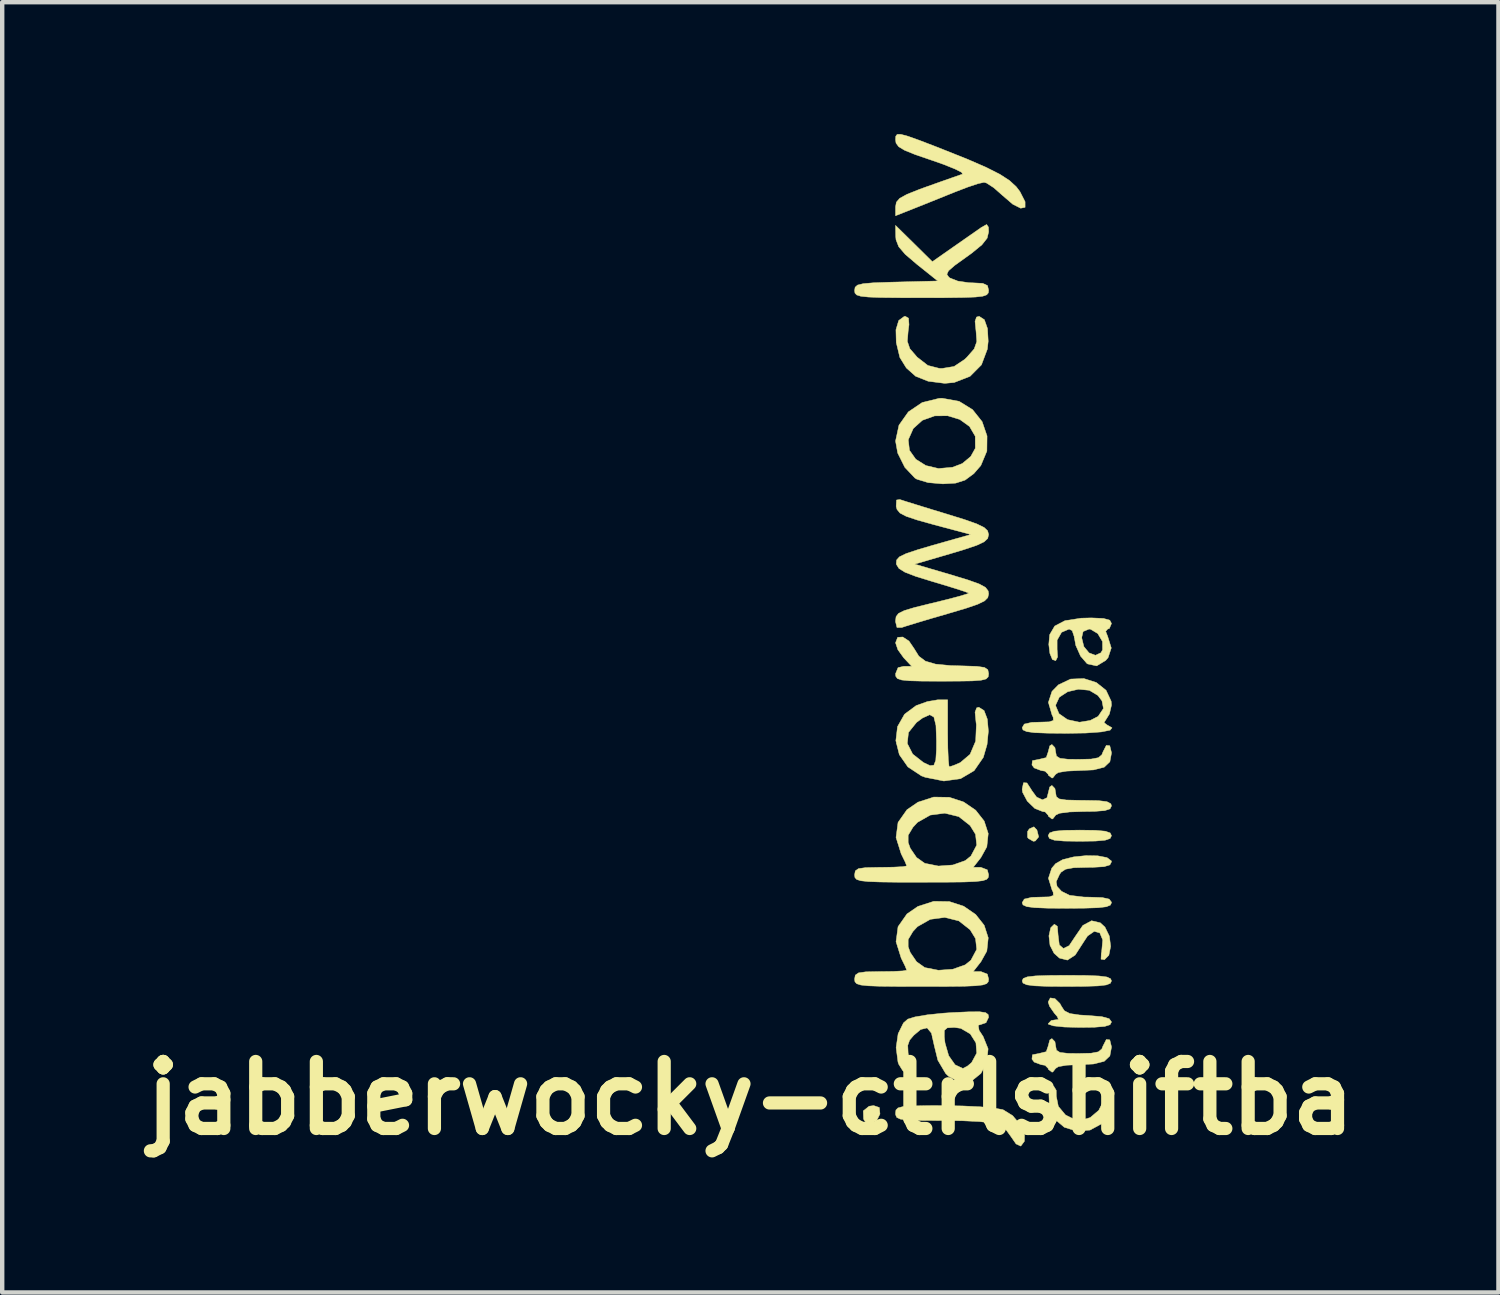
<source format=kicad_pcb>
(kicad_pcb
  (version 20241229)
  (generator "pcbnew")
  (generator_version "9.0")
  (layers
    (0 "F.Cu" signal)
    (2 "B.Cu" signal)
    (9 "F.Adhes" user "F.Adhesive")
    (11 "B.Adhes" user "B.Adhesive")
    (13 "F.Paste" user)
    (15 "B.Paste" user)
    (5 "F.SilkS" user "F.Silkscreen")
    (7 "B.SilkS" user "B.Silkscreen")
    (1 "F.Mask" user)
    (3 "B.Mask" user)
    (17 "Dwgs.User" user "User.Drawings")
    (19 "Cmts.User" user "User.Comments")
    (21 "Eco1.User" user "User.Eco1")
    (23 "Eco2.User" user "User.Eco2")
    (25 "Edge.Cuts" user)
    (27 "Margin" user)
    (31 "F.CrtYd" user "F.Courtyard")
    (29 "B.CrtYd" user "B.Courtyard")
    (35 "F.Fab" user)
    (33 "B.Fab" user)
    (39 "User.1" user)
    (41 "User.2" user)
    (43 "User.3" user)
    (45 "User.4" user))
  (footprint "jabberwocky-ctrlshiftba"
    (layer "F.Cu")
    (at 14.014 21.924)
    (property "Reference" "jabberwocky-ctrlshiftba" (at 0 0 0) (layer "F.SilkS") (effects (font (size 1.524 1.524) (thickness 0.3))))
    (attr through_hole)
    (fp_poly (pts (xy 2.933 0.212) (xy 2.948 0.359) (xy 2.871 0.513) (xy 2.738 0.579) (xy 2.612 0.537) (xy 2.575 0.476) (xy 2.568 0.289) (xy 2.701 0.183) (xy 2.805 0.169) (xy 2.933 0.212)) (stroke (width 0.01) (type solid)) (fill yes) (layer "F.SilkS"))
    (fp_poly (pts (xy 6.517 -6.099) (xy 6.557 -5.942) (xy 6.48 -5.849) (xy 6.435 -5.842) (xy 6.326 -5.904) (xy 6.303 -5.934) (xy 6.304 -6.065) (xy 6.344 -6.124) (xy 6.448 -6.171) (xy 6.517 -6.099)) (stroke (width 0.01) (type solid)) (fill yes) (layer "F.SilkS"))
    (fp_poly (pts (xy 7.853 -6.091) (xy 8.073 -6.071) (xy 8.183 -6.032) (xy 8.213 -5.969) (xy 8.182 -5.906) (xy 8.07 -5.867) (xy 7.848 -5.847) (xy 7.493 -5.842) (xy 7.133 -5.847) (xy 6.913 -5.867) (xy 6.803 -5.906) (xy 6.773 -5.969) (xy 6.804 -6.032) (xy 6.916 -6.071) (xy 7.138 -6.091) (xy 7.493 -6.096) (xy 7.853 -6.091)) (stroke (width 0.01) (type solid)) (fill yes) (layer "F.SilkS"))
    (fp_poly (pts (xy 7.635 -2.791) (xy 7.929 -2.779) (xy 8.107 -2.756) (xy 8.192 -2.717) (xy 8.213 -2.667) (xy 8.187 -2.612) (xy 8.094 -2.575) (xy 7.906 -2.553) (xy 7.598 -2.543) (xy 7.197 -2.54) (xy 6.759 -2.543) (xy 6.464 -2.555) (xy 6.287 -2.578) (xy 6.201 -2.617) (xy 6.181 -2.667) (xy 6.206 -2.722) (xy 6.3 -2.759) (xy 6.488 -2.781) (xy 6.795 -2.791) (xy 7.197 -2.794) (xy 7.635 -2.791)) (stroke (width 0.01) (type solid)) (fill yes) (layer "F.SilkS"))
    (fp_poly (pts (xy 6.956 -0.179) (xy 6.958 -0.044) (xy 7.004 0.186) (xy 7.168 0.383) (xy 7.399 0.497) (xy 7.493 0.508) (xy 7.728 0.442) (xy 7.923 0.277) (xy 8.027 0.066) (xy 8.03 -0.027) (xy 8.043 -0.191) (xy 8.088 -0.254) (xy 8.146 -0.208) (xy 8.19 -0.042) (xy 8.197 0.02) (xy 8.153 0.343) (xy 7.984 0.585) (xy 7.724 0.726) (xy 7.407 0.745) (xy 7.139 0.661) (xy 6.971 0.518) (xy 6.857 0.336) (xy 6.798 0.117) (xy 6.79 -0.092) (xy 6.829 -0.238) (xy 6.9 -0.271) (xy 6.956 -0.179)) (stroke (width 0.01) (type solid)) (fill yes) (layer "F.SilkS"))
    (fp_poly (pts (xy 6.927 -2.264) (xy 7.04 -2.153) (xy 7.071 -2.095) (xy 7.141 -1.988) (xy 7.263 -1.925) (xy 7.482 -1.892) (xy 7.684 -1.88) (xy 7.993 -1.854) (xy 8.16 -1.808) (xy 8.213 -1.735) (xy 8.213 -1.732) (xy 8.179 -1.67) (xy 8.058 -1.632) (xy 7.822 -1.613) (xy 7.493 -1.609) (xy 7.143 -1.618) (xy 6.894 -1.644) (xy 6.778 -1.682) (xy 6.773 -1.693) (xy 6.843 -1.766) (xy 6.913 -1.778) (xy 7.006 -1.79) (xy 6.981 -1.855) (xy 6.913 -1.933) (xy 6.804 -2.09) (xy 6.773 -2.187) (xy 6.821 -2.28) (xy 6.927 -2.264)) (stroke (width 0.01) (type solid)) (fill yes) (layer "F.SilkS"))
    (fp_poly (pts (xy 4.828 0.177) (xy 5.228 0.196) (xy 5.547 0.226) (xy 5.742 0.261) (xy 5.747 0.263) (xy 5.963 0.396) (xy 6.139 0.602) (xy 6.236 0.824) (xy 6.232 0.981) (xy 6.15 1.09) (xy 6.042 1.04) (xy 5.917 0.859) (xy 5.822 0.728) (xy 5.69 0.634) (xy 5.494 0.57) (xy 5.21 0.532) (xy 4.809 0.513) (xy 4.265 0.508) (xy 3.849 0.506) (xy 3.574 0.497) (xy 3.411 0.476) (xy 3.33 0.438) (xy 3.304 0.378) (xy 3.302 0.339) (xy 3.311 0.269) (xy 3.358 0.222) (xy 3.468 0.192) (xy 3.67 0.177) (xy 3.99 0.17) (xy 4.39 0.169) (xy 4.828 0.177)) (stroke (width 0.01) (type solid)) (fill yes) (layer "F.SilkS"))
    (fp_poly (pts (xy 7.959 -3.988) (xy 8.064 -3.891) (xy 8.164 -3.686) (xy 8.194 -3.452) (xy 8.153 -3.251) (xy 8.053 -3.149) (xy 7.975 -3.161) (xy 7.981 -3.294) (xy 7.989 -3.327) (xy 8.014 -3.598) (xy 7.947 -3.759) (xy 7.821 -3.794) (xy 7.668 -3.688) (xy 7.568 -3.535) (xy 7.387 -3.255) (xy 7.211 -3.14) (xy 7.029 -3.186) (xy 6.907 -3.295) (xy 6.815 -3.474) (xy 6.79 -3.691) (xy 6.831 -3.876) (xy 6.913 -3.956) (xy 6.982 -3.908) (xy 6.998 -3.714) (xy 6.998 -3.712) (xy 7.026 -3.486) (xy 7.12 -3.404) (xy 7.251 -3.469) (xy 7.386 -3.673) (xy 7.561 -3.928) (xy 7.76 -4.035) (xy 7.959 -3.988)) (stroke (width 0.01) (type solid)) (fill yes) (layer "F.SilkS"))
    (fp_poly (pts (xy 3.607 -10.396) (xy 3.725 -10.223) (xy 3.832 -10.051) (xy 3.982 -9.938) (xy 4.211 -9.871) (xy 4.552 -9.838) (xy 4.847 -9.83) (xy 5.152 -9.82) (xy 5.325 -9.795) (xy 5.401 -9.743) (xy 5.419 -9.653) (xy 5.419 -9.652) (xy 5.409 -9.582) (xy 5.362 -9.534) (xy 5.249 -9.505) (xy 5.044 -9.489) (xy 4.719 -9.484) (xy 4.36 -9.483) (xy 3.921 -9.484) (xy 3.624 -9.492) (xy 3.441 -9.51) (xy 3.344 -9.543) (xy 3.307 -9.595) (xy 3.302 -9.652) (xy 3.359 -9.791) (xy 3.486 -9.821) (xy 3.67 -9.821) (xy 3.486 -10.017) (xy 3.355 -10.199) (xy 3.302 -10.356) (xy 3.35 -10.48) (xy 3.466 -10.488) (xy 3.607 -10.396)) (stroke (width 0.01) (type solid)) (fill yes) (layer "F.SilkS"))
    (fp_poly (pts (xy 6.927 -7.972) (xy 6.943 -7.874) (xy 6.961 -7.78) (xy 7.041 -7.729) (xy 7.222 -7.708) (xy 7.459 -7.705) (xy 7.75 -7.712) (xy 7.915 -7.743) (xy 7.994 -7.81) (xy 8.019 -7.874) (xy 8.095 -8.023) (xy 8.174 -8.015) (xy 8.213 -7.856) (xy 8.213 -7.849) (xy 8.176 -7.65) (xy 8.047 -7.527) (xy 7.802 -7.465) (xy 7.476 -7.451) (xy 7.195 -7.438) (xy 7.004 -7.406) (xy 6.943 -7.366) (xy 6.878 -7.284) (xy 6.858 -7.281) (xy 6.776 -7.346) (xy 6.773 -7.366) (xy 6.703 -7.436) (xy 6.613 -7.451) (xy 6.455 -7.51) (xy 6.404 -7.578) (xy 6.415 -7.676) (xy 6.564 -7.705) (xy 6.729 -7.745) (xy 6.773 -7.874) (xy 6.809 -8.012) (xy 6.858 -8.043) (xy 6.927 -7.972)) (stroke (width 0.01) (type solid)) (fill yes) (layer "F.SilkS"))
    (fp_poly (pts (xy 6.927 -1.284) (xy 6.943 -1.185) (xy 6.961 -1.091) (xy 7.041 -1.04) (xy 7.222 -1.019) (xy 7.459 -1.016) (xy 7.75 -1.023) (xy 7.915 -1.054) (xy 7.994 -1.121) (xy 8.019 -1.185) (xy 8.095 -1.334) (xy 8.174 -1.326) (xy 8.213 -1.167) (xy 8.213 -1.16) (xy 8.176 -0.961) (xy 8.047 -0.838) (xy 7.802 -0.777) (xy 7.476 -0.762) (xy 7.195 -0.75) (xy 7.004 -0.717) (xy 6.943 -0.677) (xy 6.878 -0.595) (xy 6.858 -0.593) (xy 6.776 -0.657) (xy 6.773 -0.677) (xy 6.703 -0.747) (xy 6.613 -0.762) (xy 6.455 -0.821) (xy 6.404 -0.889) (xy 6.415 -0.987) (xy 6.564 -1.016) (xy 6.729 -1.057) (xy 6.773 -1.185) (xy 6.809 -1.323) (xy 6.858 -1.355) (xy 6.927 -1.284)) (stroke (width 0.01) (type solid)) (fill yes) (layer "F.SilkS"))
    (fp_poly (pts (xy 5.322 -17.704) (xy 5.393 -17.502) (xy 5.409 -17.214) (xy 5.39 -17.035) (xy 5.255 -16.676) (xy 4.996 -16.416) (xy 4.637 -16.276) (xy 4.422 -16.256) (xy 4.045 -16.304) (xy 3.758 -16.418) (xy 3.547 -16.607) (xy 3.401 -16.843) (xy 3.398 -16.853) (xy 3.318 -17.185) (xy 3.311 -17.474) (xy 3.374 -17.685) (xy 3.5 -17.778) (xy 3.524 -17.78) (xy 3.597 -17.739) (xy 3.608 -17.591) (xy 3.589 -17.445) (xy 3.57 -17.212) (xy 3.627 -17.045) (xy 3.787 -16.859) (xy 3.793 -16.852) (xy 4.037 -16.663) (xy 4.296 -16.597) (xy 4.36 -16.595) (xy 4.633 -16.64) (xy 4.873 -16.8) (xy 4.927 -16.852) (xy 5.091 -17.04) (xy 5.15 -17.207) (xy 5.133 -17.437) (xy 5.132 -17.445) (xy 5.11 -17.667) (xy 5.144 -17.764) (xy 5.204 -17.78) (xy 5.322 -17.704)) (stroke (width 0.01) (type solid)) (fill yes) (layer "F.SilkS"))
    (fp_poly (pts (xy 6.29 -7.169) (xy 6.39 -7.015) (xy 6.393 -7.007) (xy 6.51 -6.847) (xy 6.644 -6.785) (xy 6.746 -6.832) (xy 6.773 -6.936) (xy 6.808 -7.077) (xy 6.858 -7.112) (xy 6.927 -7.041) (xy 6.943 -6.943) (xy 6.958 -6.856) (xy 7.026 -6.805) (xy 7.183 -6.781) (xy 7.463 -6.774) (xy 7.578 -6.773) (xy 7.913 -6.767) (xy 8.109 -6.743) (xy 8.198 -6.695) (xy 8.213 -6.646) (xy 8.179 -6.579) (xy 8.059 -6.54) (xy 7.821 -6.522) (xy 7.578 -6.519) (xy 7.258 -6.509) (xy 7.035 -6.48) (xy 6.943 -6.439) (xy 6.943 -6.435) (xy 6.878 -6.352) (xy 6.858 -6.35) (xy 6.776 -6.414) (xy 6.773 -6.435) (xy 6.705 -6.51) (xy 6.646 -6.519) (xy 6.469 -6.589) (xy 6.298 -6.755) (xy 6.192 -6.954) (xy 6.181 -7.027) (xy 6.212 -7.174) (xy 6.29 -7.169)) (stroke (width 0.01) (type solid)) (fill yes) (layer "F.SilkS"))
    (fp_poly (pts (xy 4.748 -15.847) (xy 5.054 -15.658) (xy 5.271 -15.385) (xy 5.383 -15.059) (xy 5.379 -14.716) (xy 5.242 -14.388) (xy 5.082 -14.203) (xy 4.883 -14.056) (xy 4.669 -13.987) (xy 4.378 -13.97) (xy 4.042 -13.999) (xy 3.788 -14.076) (xy 3.744 -14.102) (xy 3.513 -14.346) (xy 3.351 -14.671) (xy 3.302 -14.944) (xy 3.308 -14.972) (xy 3.591 -14.972) (xy 3.619 -14.733) (xy 3.762 -14.531) (xy 3.991 -14.387) (xy 4.279 -14.319) (xy 4.599 -14.348) (xy 4.82 -14.433) (xy 5.012 -14.593) (xy 5.116 -14.78) (xy 5.114 -15.054) (xy 4.984 -15.276) (xy 4.763 -15.435) (xy 4.486 -15.519) (xy 4.19 -15.516) (xy 3.912 -15.416) (xy 3.705 -15.229) (xy 3.591 -14.972) (xy 3.308 -14.972) (xy 3.38 -15.305) (xy 3.593 -15.607) (xy 3.908 -15.82) (xy 4.293 -15.915) (xy 4.366 -15.917) (xy 4.748 -15.847)) (stroke (width 0.01) (type solid)) (fill yes) (layer "F.SilkS"))
    (fp_poly (pts (xy 7.902 -5.511) (xy 8.11 -5.471) (xy 8.21 -5.395) (xy 8.213 -5.376) (xy 8.176 -5.305) (xy 8.044 -5.265) (xy 7.786 -5.25) (xy 7.665 -5.249) (xy 7.354 -5.241) (xy 7.169 -5.207) (xy 7.065 -5.138) (xy 7.03 -5.086) (xy 6.955 -4.922) (xy 6.975 -4.817) (xy 7.076 -4.705) (xy 7.26 -4.613) (xy 7.584 -4.574) (xy 7.711 -4.572) (xy 8.004 -4.562) (xy 8.16 -4.527) (xy 8.212 -4.458) (xy 8.213 -4.445) (xy 8.187 -4.39) (xy 8.094 -4.353) (xy 7.906 -4.331) (xy 7.598 -4.321) (xy 7.197 -4.318) (xy 6.759 -4.321) (xy 6.464 -4.333) (xy 6.287 -4.356) (xy 6.201 -4.395) (xy 6.181 -4.445) (xy 6.23 -4.528) (xy 6.399 -4.567) (xy 6.565 -4.572) (xy 6.796 -4.578) (xy 6.891 -4.61) (xy 6.886 -4.686) (xy 6.861 -4.736) (xy 6.779 -5.001) (xy 6.854 -5.229) (xy 6.943 -5.334) (xy 7.106 -5.426) (xy 7.352 -5.487) (xy 7.634 -5.516) (xy 7.902 -5.511)) (stroke (width 0.01) (type solid)) (fill yes) (layer "F.SilkS"))
    (fp_poly (pts (xy 8.031 -10.91) (xy 8.174 -10.87) (xy 8.213 -10.795) (xy 8.165 -10.682) (xy 8.125 -10.668) (xy 8.081 -10.616) (xy 8.125 -10.504) (xy 8.208 -10.238) (xy 8.135 -10.018) (xy 8.08 -9.954) (xy 7.876 -9.831) (xy 7.672 -9.875) (xy 7.654 -9.886) (xy 7.509 -10.054) (xy 7.4 -10.299) (xy 7.369 -10.473) (xy 7.535 -10.473) (xy 7.584 -10.27) (xy 7.702 -10.127) (xy 7.846 -10.072) (xy 7.972 -10.128) (xy 8.01 -10.196) (xy 8.008 -10.385) (xy 7.901 -10.566) (xy 7.738 -10.664) (xy 7.702 -10.668) (xy 7.567 -10.612) (xy 7.535 -10.473) (xy 7.369 -10.473) (xy 7.366 -10.493) (xy 7.319 -10.633) (xy 7.249 -10.668) (xy 7.078 -10.595) (xy 6.976 -10.416) (xy 6.976 -10.209) (xy 6.987 -10.034) (xy 6.945 -9.95) (xy 6.869 -9.975) (xy 6.812 -10.115) (xy 6.787 -10.318) (xy 6.806 -10.531) (xy 6.809 -10.544) (xy 6.922 -10.737) (xy 7.155 -10.859) (xy 7.525 -10.916) (xy 7.753 -10.922) (xy 8.031 -10.91)) (stroke (width 0.01) (type solid)) (fill yes) (layer "F.SilkS"))
    (fp_poly (pts (xy 3.583 -21.876) (xy 3.844 -21.783) (xy 4.229 -21.635) (xy 4.381 -21.575) (xy 4.942 -21.351) (xy 5.365 -21.167) (xy 5.675 -21.01) (xy 5.894 -20.868) (xy 6.047 -20.727) (xy 6.13 -20.618) (xy 6.248 -20.387) (xy 6.248 -20.259) (xy 6.148 -20.239) (xy 5.969 -20.329) (xy 5.732 -20.532) (xy 5.536 -20.705) (xy 5.371 -20.812) (xy 5.315 -20.828) (xy 5.179 -20.798) (xy 4.939 -20.718) (xy 4.65 -20.607) (xy 4.296 -20.464) (xy 3.936 -20.319) (xy 3.704 -20.227) (xy 3.302 -20.068) (xy 3.302 -20.271) (xy 3.321 -20.376) (xy 3.397 -20.464) (xy 3.562 -20.555) (xy 3.846 -20.668) (xy 4 -20.724) (xy 4.332 -20.842) (xy 4.611 -20.94) (xy 4.792 -21.003) (xy 4.826 -21.014) (xy 4.805 -21.055) (xy 4.65 -21.133) (xy 4.388 -21.238) (xy 4.128 -21.329) (xy 3.751 -21.458) (xy 3.509 -21.556) (xy 3.373 -21.638) (xy 3.313 -21.72) (xy 3.302 -21.8) (xy 3.307 -21.876) (xy 3.339 -21.918) (xy 3.423 -21.919) (xy 3.583 -21.876)) (stroke (width 0.01) (type solid)) (fill yes) (layer "F.SilkS"))
    (fp_poly (pts (xy 7.867 -9.453) (xy 8.089 -9.276) (xy 8.205 -9.029) (xy 8.213 -8.94) (xy 8.166 -8.738) (xy 8.107 -8.642) (xy 8.043 -8.542) (xy 8.107 -8.491) (xy 8.225 -8.423) (xy 8.181 -8.369) (xy 7.981 -8.329) (xy 7.63 -8.304) (xy 7.197 -8.297) (xy 6.759 -8.301) (xy 6.464 -8.312) (xy 6.287 -8.336) (xy 6.201 -8.374) (xy 6.181 -8.424) (xy 6.23 -8.508) (xy 6.399 -8.546) (xy 6.565 -8.551) (xy 6.796 -8.558) (xy 6.891 -8.59) (xy 6.886 -8.666) (xy 6.861 -8.715) (xy 6.8 -8.925) (xy 6.943 -8.925) (xy 7.019 -8.744) (xy 7.214 -8.608) (xy 7.479 -8.551) (xy 7.493 -8.551) (xy 7.73 -8.59) (xy 7.908 -8.682) (xy 7.91 -8.684) (xy 8.03 -8.862) (xy 7.997 -9.035) (xy 7.903 -9.159) (xy 7.708 -9.276) (xy 7.461 -9.3) (xy 7.216 -9.243) (xy 7.026 -9.119) (xy 6.943 -8.939) (xy 6.943 -8.925) (xy 6.8 -8.925) (xy 6.778 -9.001) (xy 6.86 -9.251) (xy 7.006 -9.4) (xy 7.283 -9.531) (xy 7.584 -9.543) (xy 7.867 -9.453)) (stroke (width 0.01) (type solid)) (fill yes) (layer "F.SilkS"))
    (fp_poly (pts (xy 4.487 -8.297) (xy 4.491 -7.962) (xy 4.502 -7.702) (xy 4.517 -7.555) (xy 4.526 -7.535) (xy 4.623 -7.567) (xy 4.774 -7.631) (xy 4.997 -7.82) (xy 5.124 -8.12) (xy 5.14 -8.491) (xy 5.132 -8.552) (xy 5.11 -8.778) (xy 5.147 -8.877) (xy 5.196 -8.89) (xy 5.315 -8.815) (xy 5.389 -8.62) (xy 5.413 -8.347) (xy 5.383 -8.042) (xy 5.298 -7.75) (xy 5.089 -7.448) (xy 4.781 -7.266) (xy 4.401 -7.213) (xy 3.975 -7.298) (xy 3.89 -7.33) (xy 3.583 -7.533) (xy 3.388 -7.812) (xy 3.324 -8.067) (xy 3.569 -8.067) (xy 3.692 -7.825) (xy 3.937 -7.633) (xy 4.085 -7.563) (xy 4.173 -7.572) (xy 4.217 -7.684) (xy 4.232 -7.925) (xy 4.233 -8.128) (xy 4.221 -8.475) (xy 4.174 -8.667) (xy 4.078 -8.72) (xy 3.916 -8.646) (xy 3.779 -8.545) (xy 3.596 -8.317) (xy 3.569 -8.067) (xy 3.324 -8.067) (xy 3.309 -8.131) (xy 3.347 -8.45) (xy 3.507 -8.732) (xy 3.771 -8.928) (xy 4.025 -9.019) (xy 4.259 -9.059) (xy 4.267 -9.059) (xy 4.487 -9.059) (xy 4.487 -8.297)) (stroke (width 0.01) (type solid)) (fill yes) (layer "F.SilkS"))
    (fp_poly (pts (xy 5.415 -19.808) (xy 5.419 -19.701) (xy 5.385 -19.558) (xy 5.266 -19.407) (xy 5.036 -19.218) (xy 4.904 -19.123) (xy 4.644 -18.936) (xy 4.506 -18.815) (xy 4.469 -18.736) (xy 4.514 -18.671) (xy 4.539 -18.652) (xy 4.716 -18.582) (xy 4.974 -18.544) (xy 5.054 -18.542) (xy 5.286 -18.53) (xy 5.393 -18.48) (xy 5.419 -18.373) (xy 5.411 -18.312) (xy 5.374 -18.269) (xy 5.285 -18.238) (xy 5.119 -18.219) (xy 4.855 -18.209) (xy 4.469 -18.204) (xy 3.939 -18.203) (xy 3.895 -18.203) (xy 3.353 -18.204) (xy 2.957 -18.208) (xy 2.685 -18.219) (xy 2.513 -18.237) (xy 2.419 -18.266) (xy 2.379 -18.309) (xy 2.371 -18.368) (xy 2.371 -18.37) (xy 2.383 -18.443) (xy 2.439 -18.492) (xy 2.567 -18.523) (xy 2.797 -18.543) (xy 3.157 -18.556) (xy 3.317 -18.56) (xy 4.262 -18.584) (xy 3.786 -18.965) (xy 3.522 -19.191) (xy 3.374 -19.364) (xy 3.313 -19.521) (xy 3.306 -19.597) (xy 3.302 -19.848) (xy 3.721 -19.436) (xy 4.139 -19.023) (xy 4.612 -19.354) (xy 4.881 -19.542) (xy 5.115 -19.705) (xy 5.252 -19.801) (xy 5.374 -19.869) (xy 5.415 -19.808)) (stroke (width 0.01) (type solid)) (fill yes) (layer "F.SilkS"))
    (fp_poly (pts (xy 5.351 -1.945) (xy 5.408 -1.902) (xy 5.419 -1.841) (xy 5.359 -1.716) (xy 5.292 -1.693) (xy 5.182 -1.658) (xy 5.202 -1.542) (xy 5.294 -1.402) (xy 5.407 -1.123) (xy 5.377 -0.811) (xy 5.243 -0.562) (xy 5.015 -0.378) (xy 4.762 -0.357) (xy 4.506 -0.499) (xy 4.442 -0.561) (xy 4.264 -0.863) (xy 4.182 -1.196) (xy 4.139 -1.388) (xy 4.411 -1.388) (xy 4.428 -1.252) (xy 4.511 -0.965) (xy 4.656 -0.759) (xy 4.831 -0.677) (xy 4.836 -0.677) (xy 4.939 -0.731) (xy 5.032 -0.81) (xy 5.148 -1.025) (xy 5.13 -1.258) (xy 5.002 -1.461) (xy 4.786 -1.588) (xy 4.641 -1.609) (xy 4.479 -1.6) (xy 4.412 -1.542) (xy 4.411 -1.388) (xy 4.139 -1.388) (xy 4.119 -1.478) (xy 4.02 -1.598) (xy 3.873 -1.562) (xy 3.717 -1.431) (xy 3.622 -1.32) (xy 3.58 -1.201) (xy 3.588 -1.025) (xy 3.641 -0.744) (xy 3.657 -0.672) (xy 3.647 -0.557) (xy 3.568 -0.55) (xy 3.463 -0.629) (xy 3.373 -0.775) (xy 3.358 -0.82) (xy 3.315 -1.15) (xy 3.361 -1.466) (xy 3.482 -1.711) (xy 3.581 -1.798) (xy 3.745 -1.848) (xy 4.03 -1.896) (xy 4.388 -1.933) (xy 4.593 -1.947) (xy 4.974 -1.964) (xy 5.216 -1.965) (xy 5.351 -1.945)) (stroke (width 0.01) (type solid)) (fill yes) (layer "F.SilkS"))
    (fp_poly (pts (xy 4.527 -6.842) (xy 4.852 -6.735) (xy 5.124 -6.549) (xy 5.318 -6.302) (xy 5.41 -6.018) (xy 5.378 -5.716) (xy 5.243 -5.472) (xy 5.068 -5.249) (xy 5.243 -5.249) (xy 5.389 -5.193) (xy 5.419 -5.08) (xy 5.411 -5.02) (xy 5.374 -4.976) (xy 5.285 -4.946) (xy 5.119 -4.927) (xy 4.855 -4.916) (xy 4.469 -4.912) (xy 3.939 -4.911) (xy 3.895 -4.911) (xy 3.353 -4.911) (xy 2.957 -4.916) (xy 2.685 -4.926) (xy 2.514 -4.944) (xy 2.419 -4.973) (xy 2.379 -5.016) (xy 2.371 -5.075) (xy 2.371 -5.08) (xy 2.387 -5.169) (xy 2.459 -5.22) (xy 2.623 -5.243) (xy 2.916 -5.249) (xy 2.963 -5.249) (xy 3.255 -5.254) (xy 3.467 -5.265) (xy 3.556 -5.281) (xy 3.556 -5.282) (xy 3.521 -5.372) (xy 3.436 -5.545) (xy 3.43 -5.557) (xy 3.313 -5.93) (xy 3.32 -5.979) (xy 3.589 -5.979) (xy 3.589 -5.815) (xy 3.637 -5.682) (xy 3.78 -5.473) (xy 3.967 -5.341) (xy 4.277 -5.279) (xy 4.605 -5.303) (xy 4.886 -5.402) (xy 5.016 -5.507) (xy 5.148 -5.755) (xy 5.121 -6) (xy 4.998 -6.2) (xy 4.741 -6.403) (xy 4.422 -6.481) (xy 4.092 -6.438) (xy 3.801 -6.273) (xy 3.697 -6.16) (xy 3.589 -5.979) (xy 3.32 -5.979) (xy 3.359 -6.271) (xy 3.562 -6.56) (xy 3.811 -6.731) (xy 4.172 -6.848) (xy 4.527 -6.842)) (stroke (width 0.01) (type solid)) (fill yes) (layer "F.SilkS"))
    (fp_poly (pts (xy 4.527 -4.471) (xy 4.852 -4.365) (xy 5.124 -4.178) (xy 5.318 -3.932) (xy 5.41 -3.647) (xy 5.378 -3.345) (xy 5.243 -3.102) (xy 5.068 -2.879) (xy 5.243 -2.879) (xy 5.389 -2.822) (xy 5.419 -2.709) (xy 5.411 -2.649) (xy 5.374 -2.605) (xy 5.285 -2.575) (xy 5.119 -2.556) (xy 4.855 -2.545) (xy 4.469 -2.541) (xy 3.939 -2.54) (xy 3.895 -2.54) (xy 3.353 -2.541) (xy 2.957 -2.545) (xy 2.685 -2.555) (xy 2.514 -2.573) (xy 2.419 -2.603) (xy 2.379 -2.646) (xy 2.371 -2.704) (xy 2.371 -2.709) (xy 2.387 -2.798) (xy 2.459 -2.849) (xy 2.623 -2.873) (xy 2.916 -2.879) (xy 2.963 -2.879) (xy 3.255 -2.883) (xy 3.467 -2.894) (xy 3.556 -2.91) (xy 3.556 -2.911) (xy 3.521 -3.001) (xy 3.436 -3.174) (xy 3.43 -3.186) (xy 3.313 -3.56) (xy 3.32 -3.608) (xy 3.589 -3.608) (xy 3.589 -3.445) (xy 3.637 -3.312) (xy 3.78 -3.103) (xy 3.967 -2.97) (xy 4.277 -2.909) (xy 4.605 -2.933) (xy 4.886 -3.032) (xy 5.016 -3.137) (xy 5.148 -3.385) (xy 5.121 -3.629) (xy 4.998 -3.83) (xy 4.741 -4.032) (xy 4.422 -4.111) (xy 4.092 -4.067) (xy 3.801 -3.902) (xy 3.697 -3.79) (xy 3.589 -3.608) (xy 3.32 -3.608) (xy 3.359 -3.9) (xy 3.562 -4.19) (xy 3.811 -4.361) (xy 4.172 -4.477) (xy 4.527 -4.471)) (stroke (width 0.01) (type solid)) (fill yes) (layer "F.SilkS"))
    (fp_poly (pts (xy 3.523 -13.574) (xy 3.771 -13.497) (xy 4.107 -13.393) (xy 4.466 -13.284) (xy 4.878 -13.156) (xy 5.153 -13.058) (xy 5.317 -12.978) (xy 5.396 -12.903) (xy 5.418 -12.82) (xy 5.418 -12.817) (xy 5.398 -12.729) (xy 5.317 -12.653) (xy 5.148 -12.573) (xy 4.863 -12.477) (xy 4.578 -12.391) (xy 3.737 -12.145) (xy 4.578 -11.898) (xy 4.961 -11.781) (xy 5.208 -11.692) (xy 5.348 -11.615) (xy 5.408 -11.536) (xy 5.419 -11.469) (xy 5.4 -11.383) (xy 5.327 -11.309) (xy 5.171 -11.233) (xy 4.906 -11.142) (xy 4.504 -11.023) (xy 4.499 -11.021) (xy 4.116 -10.91) (xy 3.785 -10.811) (xy 3.544 -10.737) (xy 3.441 -10.703) (xy 3.335 -10.703) (xy 3.302 -10.836) (xy 3.302 -10.855) (xy 3.314 -10.951) (xy 3.37 -11.024) (xy 3.499 -11.088) (xy 3.731 -11.158) (xy 4.095 -11.248) (xy 4.148 -11.26) (xy 4.495 -11.346) (xy 4.768 -11.418) (xy 4.933 -11.469) (xy 4.966 -11.487) (xy 4.879 -11.521) (xy 4.664 -11.591) (xy 4.361 -11.684) (xy 4.142 -11.749) (xy 3.76 -11.867) (xy 3.516 -11.961) (xy 3.38 -12.046) (xy 3.324 -12.135) (xy 3.319 -12.156) (xy 3.326 -12.239) (xy 3.391 -12.311) (xy 3.541 -12.384) (xy 3.804 -12.472) (xy 4.154 -12.575) (xy 5.014 -12.819) (xy 4.179 -13.041) (xy 3.796 -13.148) (xy 3.547 -13.231) (xy 3.404 -13.306) (xy 3.336 -13.387) (xy 3.316 -13.459) (xy 3.324 -13.603) (xy 3.4 -13.614) (xy 3.523 -13.574)) (stroke (width 0.01) (type solid)) (fill yes) (layer "F.SilkS")))
  (gr_rect
    (start -3 -3)
    (end 31.027 26.342)
    (stroke (width 0.1) (type default))
    (fill no)
    (layer "Edge.Cuts")))
</source>
